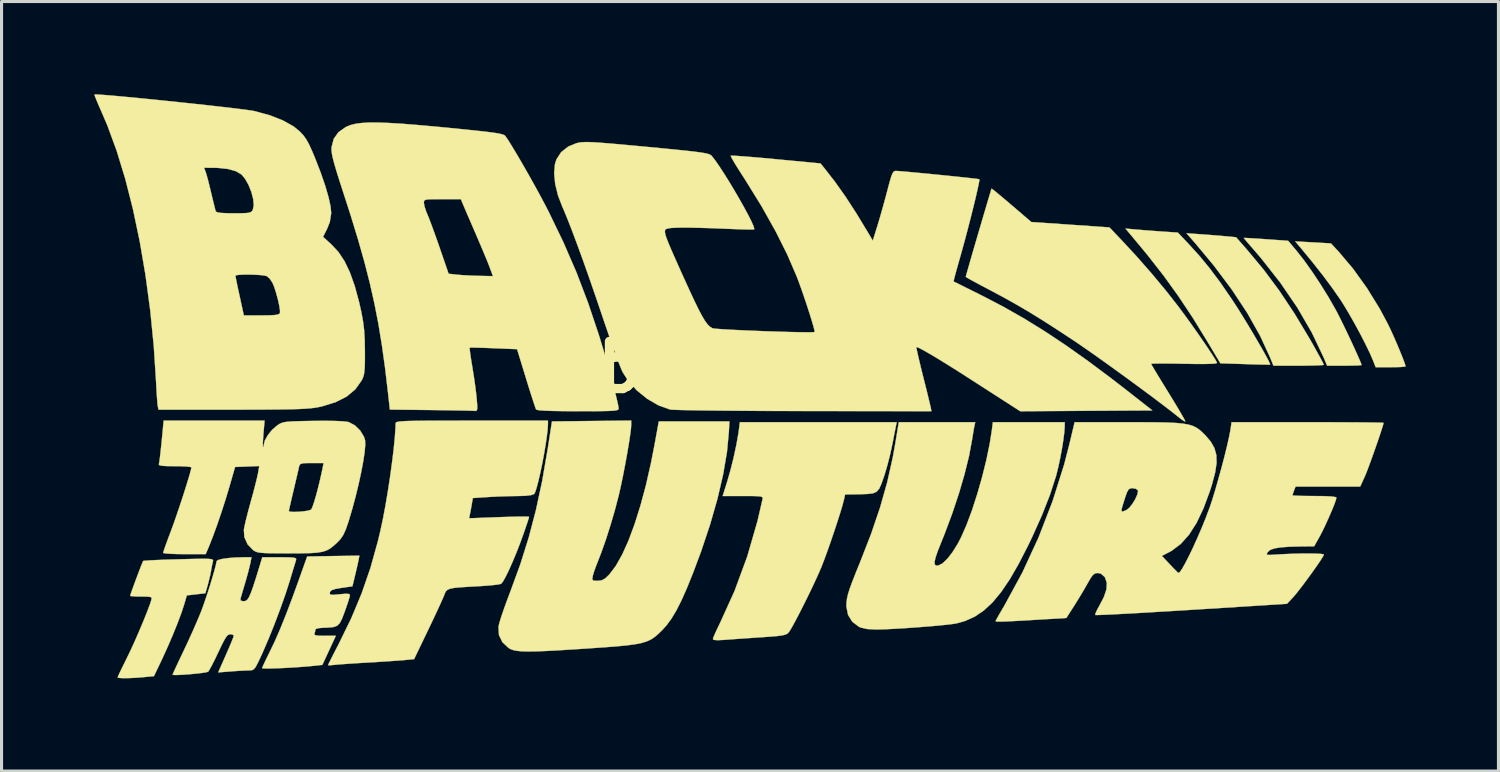
<source format=kicad_pcb>
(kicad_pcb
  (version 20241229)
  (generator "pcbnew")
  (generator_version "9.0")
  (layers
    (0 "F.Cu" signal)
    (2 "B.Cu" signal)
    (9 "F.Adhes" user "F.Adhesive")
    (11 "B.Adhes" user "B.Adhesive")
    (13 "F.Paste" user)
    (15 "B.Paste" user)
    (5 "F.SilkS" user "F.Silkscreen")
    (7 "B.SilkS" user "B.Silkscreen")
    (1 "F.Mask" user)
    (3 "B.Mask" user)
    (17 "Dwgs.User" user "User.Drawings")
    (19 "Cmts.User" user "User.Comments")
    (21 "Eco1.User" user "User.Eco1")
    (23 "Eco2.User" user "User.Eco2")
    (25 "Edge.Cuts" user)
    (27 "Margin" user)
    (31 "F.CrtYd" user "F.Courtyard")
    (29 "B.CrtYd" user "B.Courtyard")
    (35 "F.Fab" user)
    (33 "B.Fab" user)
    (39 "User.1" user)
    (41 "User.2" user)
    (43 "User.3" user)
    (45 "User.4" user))
  (footprint "bttf_silk"
    (layer "F.Cu")
    (at 20.87 8.827)
    (property "Reference" "bttf_silk" (at 0 0 0) (layer "F.SilkS") (effects (font (size 1.524 1.524) (thickness 0.3))))
    (attr through_hole)
    (fp_poly (pts (xy 14.936 -4.299) (xy 15.195 -4.28) (xy 15.46 -4.259) (xy 15.685 -4.239) (xy 15.738 -4.235) (xy 16.058 -4.204) (xy 16.399 -3.816) (xy 16.942 -3.165) (xy 17.454 -2.477) (xy 17.949 -1.733) (xy 18.442 -0.912) (xy 18.534 -0.751) (xy 18.662 -0.521) (xy 18.771 -0.323) (xy 18.851 -0.174) (xy 18.893 -0.09) (xy 18.898 -0.078) (xy 18.85 -0.069) (xy 18.717 -0.061) (xy 18.517 -0.055) (xy 18.266 -0.051) (xy 18.082 -0.051) (xy 17.266 -0.051) (xy 17.158 -0.318) (xy 16.833 -1.022) (xy 16.419 -1.756) (xy 15.919 -2.514) (xy 15.34 -3.287) (xy 14.733 -4.015) (xy 14.455 -4.333) (xy 14.936 -4.299)) (stroke (width 0.01) (type solid)) (fill yes) (layer "F.SilkS"))
    (fp_poly (pts (xy 18.548 -4.038) (xy 19.126 -4.005) (xy 19.37 -3.743) (xy 19.838 -3.19) (xy 20.288 -2.564) (xy 20.703 -1.892) (xy 20.961 -1.409) (xy 21.054 -1.218) (xy 21.157 -0.991) (xy 21.262 -0.75) (xy 21.361 -0.513) (xy 21.446 -0.303) (xy 21.508 -0.138) (xy 21.538 -0.04) (xy 21.539 -0.027) (xy 21.492 -0.016) (xy 21.365 -0.006) (xy 21.181 -0.001) (xy 21.056 0) (xy 20.573 0) (xy 20.489 -0.216) (xy 20.386 -0.454) (xy 20.241 -0.752) (xy 20.069 -1.087) (xy 19.881 -1.433) (xy 19.692 -1.764) (xy 19.515 -2.057) (xy 19.427 -2.194) (xy 19.174 -2.557) (xy 18.868 -2.968) (xy 18.525 -3.403) (xy 18.166 -3.839) (xy 18.135 -3.877) (xy 17.971 -4.07) (xy 18.548 -4.038)) (stroke (width 0.01) (type solid)) (fill yes) (layer "F.SilkS"))
    (fp_poly (pts (xy 12.832 -4.453) (xy 13.048 -4.435) (xy 13.318 -4.414) (xy 13.593 -4.394) (xy 13.678 -4.388) (xy 14.174 -4.355) (xy 14.526 -3.984) (xy 14.874 -3.6) (xy 15.207 -3.195) (xy 15.542 -2.748) (xy 15.896 -2.234) (xy 15.98 -2.108) (xy 16.123 -1.887) (xy 16.281 -1.633) (xy 16.447 -1.361) (xy 16.613 -1.084) (xy 16.77 -0.815) (xy 16.912 -0.57) (xy 17.029 -0.36) (xy 17.113 -0.201) (xy 17.157 -0.105) (xy 17.161 -0.084) (xy 17.107 -0.083) (xy 16.97 -0.085) (xy 16.766 -0.089) (xy 16.514 -0.096) (xy 16.347 -0.102) (xy 15.55 -0.127) (xy 15.126 -0.838) (xy 14.654 -1.605) (xy 14.189 -2.304) (xy 13.711 -2.967) (xy 13.197 -3.624) (xy 12.964 -3.906) (xy 12.481 -4.485) (xy 12.832 -4.453)) (stroke (width 0.01) (type solid)) (fill yes) (layer "F.SilkS"))
    (fp_poly (pts (xy 16.354 -4.182) (xy 16.485 -4.175) (xy 16.682 -4.163) (xy 16.925 -4.147) (xy 17.024 -4.14) (xy 17.742 -4.089) (xy 18.019 -3.759) (xy 18.257 -3.457) (xy 18.518 -3.09) (xy 18.786 -2.686) (xy 19.042 -2.274) (xy 19.267 -1.881) (xy 19.323 -1.778) (xy 19.417 -1.593) (xy 19.529 -1.365) (xy 19.651 -1.114) (xy 19.773 -0.855) (xy 19.888 -0.607) (xy 19.987 -0.387) (xy 20.064 -0.212) (xy 20.108 -0.101) (xy 20.117 -0.071) (xy 20.069 -0.063) (xy 19.941 -0.056) (xy 19.752 -0.052) (xy 19.559 -0.051) (xy 19.002 -0.051) (xy 18.89 -0.318) (xy 18.51 -1.116) (xy 18.04 -1.927) (xy 17.488 -2.736) (xy 16.861 -3.533) (xy 16.68 -3.744) (xy 16.531 -3.916) (xy 16.41 -4.056) (xy 16.331 -4.15) (xy 16.307 -4.182) (xy 16.354 -4.182)) (stroke (width 0.01) (type solid)) (fill yes) (layer "F.SilkS"))
    (fp_poly (pts (xy -12.329 6.26) (xy -12.359 6.398) (xy -12.403 6.59) (xy -12.442 6.756) (xy -12.522 7.086) (xy -12.877 7.137) (xy -13.072 7.171) (xy -13.186 7.207) (xy -13.24 7.253) (xy -13.251 7.284) (xy -13.252 7.334) (xy -13.219 7.358) (xy -13.129 7.361) (xy -12.963 7.346) (xy -12.934 7.343) (xy -12.748 7.327) (xy -12.644 7.332) (xy -12.604 7.358) (xy -12.601 7.375) (xy -12.619 7.45) (xy -12.664 7.595) (xy -12.729 7.786) (xy -12.769 7.899) (xy -12.855 8.127) (xy -12.93 8.275) (xy -13.019 8.362) (xy -13.145 8.406) (xy -13.331 8.422) (xy -13.475 8.427) (xy -13.615 8.439) (xy -13.702 8.464) (xy -13.716 8.479) (xy -13.733 8.565) (xy -13.747 8.606) (xy -13.749 8.649) (xy -13.704 8.673) (xy -13.593 8.684) (xy -13.419 8.687) (xy -13.059 8.687) (xy -13.494 9.627) (xy -13.796 9.66) (xy -14.011 9.68) (xy -14.262 9.699) (xy -14.529 9.716) (xy -14.793 9.73) (xy -15.036 9.739) (xy -15.237 9.744) (xy -15.379 9.743) (xy -15.442 9.735) (xy -15.443 9.733) (xy -15.422 9.677) (xy -15.364 9.551) (xy -15.28 9.376) (xy -15.215 9.245) (xy -15.04 8.882) (xy -14.861 8.472) (xy -14.671 8.002) (xy -14.465 7.459) (xy -14.275 6.934) (xy -13.985 6.121) (xy -13.141 6.107) (xy -12.296 6.094) (xy -12.329 6.26)) (stroke (width 0.01) (type solid)) (fill yes) (layer "F.SilkS"))
    (fp_poly (pts (xy -17.159 6.199) (xy -17.078 6.209) (xy -17.039 6.226) (xy -17.028 6.25) (xy -17.033 6.278) (xy -17.059 6.391) (xy -17.088 6.546) (xy -17.093 6.579) (xy -17.128 6.752) (xy -17.178 6.957) (xy -17.202 7.046) (xy -17.278 7.311) (xy -17.878 7.379) (xy -17.96 7.661) (xy -18.049 7.934) (xy -18.175 8.271) (xy -18.326 8.647) (xy -18.494 9.037) (xy -18.666 9.415) (xy -18.692 9.47) (xy -18.942 9.992) (xy -19.288 10.025) (xy -19.538 10.045) (xy -19.766 10.055) (xy -19.952 10.056) (xy -20.075 10.048) (xy -20.117 10.032) (xy -20.095 9.98) (xy -20.037 9.854) (xy -19.949 9.673) (xy -19.841 9.455) (xy -19.819 9.41) (xy -19.693 9.15) (xy -19.555 8.847) (xy -19.415 8.525) (xy -19.281 8.207) (xy -19.164 7.916) (xy -19.073 7.674) (xy -19.026 7.531) (xy -19.014 7.472) (xy -19.034 7.438) (xy -19.107 7.422) (xy -19.252 7.417) (xy -19.351 7.417) (xy -19.528 7.414) (xy -19.656 7.406) (xy -19.71 7.396) (xy -19.71 7.395) (xy -19.694 7.336) (xy -19.649 7.207) (xy -19.585 7.031) (xy -19.511 6.831) (xy -19.436 6.632) (xy -19.368 6.455) (xy -19.316 6.326) (xy -19.289 6.267) (xy -19.288 6.266) (xy -19.232 6.258) (xy -19.09 6.248) (xy -18.876 6.237) (xy -18.604 6.226) (xy -18.291 6.216) (xy -18.135 6.212) (xy -17.769 6.202) (xy -17.492 6.196) (xy -17.293 6.195) (xy -17.159 6.199)) (stroke (width 0.01) (type solid)) (fill yes) (layer "F.SilkS"))
    (fp_poly (pts (xy 5.058 1.892) (xy 5.039 1.988) (xy 5.005 2.157) (xy 4.963 2.374) (xy 4.927 2.555) (xy 4.863 2.847) (xy 4.781 3.166) (xy 4.695 3.459) (xy 4.658 3.571) (xy 4.582 3.784) (xy 4.515 3.93) (xy 4.436 4.023) (xy 4.325 4.075) (xy 4.162 4.098) (xy 3.926 4.107) (xy 3.801 4.109) (xy 3.412 4.115) (xy 3.376 4.28) (xy 3.334 4.443) (xy 3.264 4.679) (xy 3.172 4.968) (xy 3.067 5.288) (xy 2.955 5.618) (xy 2.844 5.935) (xy 2.74 6.219) (xy 2.651 6.449) (xy 2.636 6.486) (xy 2.537 6.713) (xy 2.414 6.981) (xy 2.275 7.274) (xy 2.128 7.573) (xy 1.982 7.863) (xy 1.846 8.126) (xy 1.728 8.346) (xy 1.637 8.504) (xy 1.586 8.579) (xy 1.543 8.619) (xy 1.478 8.649) (xy 1.377 8.673) (xy 1.223 8.694) (xy 0.999 8.713) (xy 0.691 8.735) (xy 0.686 8.735) (xy 0.374 8.756) (xy 0.064 8.777) (xy -0.213 8.797) (xy -0.43 8.813) (xy -0.495 8.818) (xy -0.71 8.829) (xy -0.83 8.819) (xy -0.864 8.792) (xy -0.842 8.725) (xy -0.784 8.59) (xy -0.699 8.41) (xy -0.641 8.292) (xy -0.164 7.24) (xy 0.246 6.127) (xy 0.58 4.974) (xy 0.74 4.28) (xy 0.747 4.233) (xy 0.734 4.201) (xy 0.685 4.181) (xy 0.586 4.171) (xy 0.419 4.166) (xy 0.169 4.166) (xy 0.108 4.166) (xy -0.547 4.166) (xy -0.402 3.704) (xy -0.294 3.328) (xy -0.191 2.915) (xy -0.103 2.505) (xy -0.038 2.138) (xy -0.025 2.045) (xy 0.01 1.778) (xy 5.082 1.778) (xy 5.058 1.892)) (stroke (width 0.01) (type solid)) (fill yes) (layer "F.SilkS"))
    (fp_poly (pts (xy 7.596 1.892) (xy 7.575 2) (xy 7.547 2.17) (xy 7.516 2.362) (xy 7.42 2.877) (xy 7.276 3.458) (xy 7.093 4.085) (xy 6.876 4.736) (xy 6.631 5.391) (xy 6.535 5.629) (xy 6.416 5.928) (xy 6.34 6.147) (xy 6.306 6.294) (xy 6.312 6.38) (xy 6.357 6.416) (xy 6.427 6.413) (xy 6.564 6.344) (xy 6.723 6.193) (xy 6.892 5.973) (xy 7.062 5.699) (xy 7.163 5.505) (xy 7.34 5.102) (xy 7.519 4.622) (xy 7.69 4.092) (xy 7.848 3.538) (xy 7.985 2.984) (xy 8.093 2.456) (xy 8.158 2.045) (xy 8.192 1.778) (xy 10.516 1.778) (xy 10.515 1.918) (xy 10.503 2.1) (xy 10.471 2.353) (xy 10.424 2.648) (xy 10.366 2.956) (xy 10.303 3.249) (xy 10.24 3.5) (xy 10.235 3.518) (xy 10.04 4.121) (xy 9.785 4.773) (xy 9.467 5.483) (xy 9.322 5.784) (xy 9.021 6.37) (xy 8.735 6.864) (xy 8.457 7.273) (xy 8.182 7.605) (xy 7.902 7.865) (xy 7.61 8.063) (xy 7.301 8.204) (xy 7.03 8.282) (xy 6.892 8.305) (xy 6.672 8.331) (xy 6.39 8.359) (xy 6.065 8.387) (xy 5.717 8.414) (xy 5.365 8.439) (xy 5.029 8.459) (xy 4.729 8.474) (xy 4.484 8.481) (xy 4.42 8.482) (xy 4.133 8.468) (xy 3.925 8.422) (xy 3.862 8.395) (xy 3.648 8.234) (xy 3.509 8.012) (xy 3.455 7.746) (xy 3.454 7.722) (xy 3.459 7.599) (xy 3.476 7.472) (xy 3.51 7.328) (xy 3.567 7.15) (xy 3.65 6.923) (xy 3.764 6.633) (xy 3.9 6.299) (xy 4.253 5.393) (xy 4.543 4.54) (xy 4.775 3.72) (xy 4.956 2.912) (xy 5.035 2.473) (xy 5.149 1.778) (xy 7.622 1.778) (xy 7.596 1.892)) (stroke (width 0.01) (type solid)) (fill yes) (layer "F.SilkS"))
    (fp_poly (pts (xy 8.189 -5.75) (xy 8.293 -5.667) (xy 8.448 -5.538) (xy 8.641 -5.376) (xy 8.798 -5.242) (xy 9.436 -4.696) (xy 11.963 -4.522) (xy 12.386 -4.077) (xy 12.859 -3.565) (xy 13.331 -3.027) (xy 13.777 -2.491) (xy 14.172 -1.989) (xy 14.191 -1.963) (xy 14.379 -1.71) (xy 14.576 -1.439) (xy 14.772 -1.162) (xy 14.959 -0.894) (xy 15.128 -0.646) (xy 15.269 -0.433) (xy 15.374 -0.268) (xy 15.433 -0.164) (xy 15.443 -0.137) (xy 15.394 -0.121) (xy 15.249 -0.11) (xy 15.017 -0.105) (xy 14.705 -0.106) (xy 14.376 -0.112) (xy 14.06 -0.118) (xy 13.78 -0.121) (xy 13.553 -0.121) (xy 13.393 -0.118) (xy 13.315 -0.112) (xy 13.31 -0.11) (xy 13.335 -0.061) (xy 13.407 0.061) (xy 13.516 0.243) (xy 13.656 0.472) (xy 13.818 0.735) (xy 13.873 0.825) (xy 14.039 1.096) (xy 14.184 1.336) (xy 14.3 1.534) (xy 14.38 1.676) (xy 14.416 1.748) (xy 14.416 1.755) (xy 14.369 1.738) (xy 14.273 1.672) (xy 14.221 1.632) (xy 14.004 1.458) (xy 13.718 1.239) (xy 13.38 0.983) (xy 13.004 0.704) (xy 12.606 0.411) (xy 12.201 0.117) (xy 11.804 -0.169) (xy 11.43 -0.434) (xy 11.096 -0.667) (xy 10.816 -0.858) (xy 10.784 -0.879) (xy 10.261 -1.222) (xy 9.8 -1.518) (xy 9.379 -1.778) (xy 8.978 -2.014) (xy 8.576 -2.239) (xy 8.154 -2.466) (xy 8.039 -2.526) (xy 7.795 -2.655) (xy 7.586 -2.767) (xy 7.427 -2.855) (xy 7.334 -2.911) (xy 7.315 -2.925) (xy 7.329 -2.977) (xy 7.367 -3.112) (xy 7.425 -3.314) (xy 7.498 -3.569) (xy 7.583 -3.861) (xy 7.675 -4.176) (xy 7.77 -4.5) (xy 7.863 -4.816) (xy 7.95 -5.111) (xy 8.026 -5.369) (xy 8.088 -5.576) (xy 8.13 -5.717) (xy 8.149 -5.776) (xy 8.15 -5.777) (xy 8.189 -5.75)) (stroke (width 0.01) (type solid)) (fill yes) (layer "F.SilkS"))
    (fp_poly (pts (xy -3.505 1.875) (xy -3.515 2.009) (xy -3.544 2.224) (xy -3.586 2.498) (xy -3.64 2.813) (xy -3.701 3.149) (xy -3.766 3.486) (xy -3.832 3.805) (xy -3.895 4.086) (xy -3.909 4.145) (xy -4.032 4.617) (xy -4.175 5.106) (xy -4.326 5.58) (xy -4.477 6.006) (xy -4.568 6.239) (xy -4.645 6.436) (xy -4.71 6.618) (xy -4.748 6.747) (xy -4.748 6.75) (xy -4.765 6.854) (xy -4.737 6.898) (xy -4.638 6.909) (xy -4.594 6.909) (xy -4.465 6.894) (xy -4.356 6.838) (xy -4.23 6.72) (xy -4.211 6.7) (xy -4.004 6.427) (xy -3.797 6.06) (xy -3.593 5.608) (xy -3.396 5.078) (xy -3.207 4.478) (xy -3.029 3.817) (xy -2.867 3.103) (xy -2.752 2.515) (xy -2.613 1.753) (xy -0.33 1.753) (xy -0.346 2.083) (xy -0.407 2.735) (xy -0.53 3.458) (xy -0.712 4.242) (xy -0.951 5.078) (xy -1.245 5.958) (xy -1.496 6.629) (xy -1.693 7.119) (xy -1.871 7.522) (xy -2.037 7.853) (xy -2.198 8.123) (xy -2.36 8.344) (xy -2.512 8.512) (xy -2.633 8.629) (xy -2.747 8.725) (xy -2.866 8.804) (xy -3.002 8.867) (xy -3.167 8.918) (xy -3.373 8.959) (xy -3.631 8.994) (xy -3.954 9.026) (xy -4.354 9.057) (xy -4.843 9.091) (xy -4.877 9.094) (xy -5.437 9.13) (xy -5.906 9.159) (xy -6.292 9.179) (xy -6.605 9.19) (xy -6.854 9.193) (xy -7.049 9.188) (xy -7.199 9.173) (xy -7.314 9.151) (xy -7.402 9.119) (xy -7.473 9.079) (xy -7.672 8.892) (xy -7.782 8.662) (xy -7.798 8.399) (xy -7.795 8.382) (xy -7.767 8.262) (xy -7.707 8.067) (xy -7.622 7.818) (xy -7.519 7.533) (xy -7.412 7.25) (xy -7.092 6.375) (xy -6.819 5.506) (xy -6.586 4.618) (xy -6.385 3.683) (xy -6.211 2.676) (xy -6.201 2.616) (xy -6.068 1.753) (xy -4.787 1.739) (xy -3.505 1.725) (xy -3.505 1.875)) (stroke (width 0.01) (type solid)) (fill yes) (layer "F.SilkS"))
    (fp_poly (pts (xy -15.822 6.331) (xy -15.853 6.465) (xy -15.903 6.661) (xy -15.965 6.882) (xy -15.986 6.953) (xy -16.047 7.16) (xy -16.099 7.337) (xy -16.133 7.455) (xy -16.141 7.48) (xy -16.136 7.547) (xy -16.055 7.569) (xy -16.037 7.569) (xy -15.976 7.558) (xy -15.921 7.518) (xy -15.866 7.435) (xy -15.805 7.298) (xy -15.732 7.095) (xy -15.641 6.814) (xy -15.573 6.591) (xy -15.437 6.147) (xy -14.878 6.147) (xy -14.633 6.148) (xy -14.474 6.154) (xy -14.384 6.167) (xy -14.345 6.19) (xy -14.343 6.226) (xy -14.346 6.236) (xy -14.37 6.317) (xy -14.418 6.474) (xy -14.481 6.682) (xy -14.552 6.921) (xy -14.553 6.921) (xy -14.687 7.339) (xy -14.855 7.812) (xy -15.042 8.308) (xy -15.237 8.792) (xy -15.426 9.231) (xy -15.485 9.36) (xy -15.582 9.565) (xy -15.652 9.695) (xy -15.709 9.767) (xy -15.769 9.798) (xy -15.845 9.805) (xy -15.859 9.805) (xy -15.991 9.809) (xy -16.185 9.819) (xy -16.405 9.834) (xy -16.445 9.838) (xy -16.863 9.87) (xy -16.61 9.298) (xy -16.513 9.075) (xy -16.433 8.885) (xy -16.379 8.748) (xy -16.358 8.682) (xy -16.358 8.681) (xy -16.401 8.646) (xy -16.473 8.636) (xy -16.528 8.649) (xy -16.584 8.696) (xy -16.649 8.793) (xy -16.734 8.954) (xy -16.848 9.193) (xy -16.861 9.219) (xy -16.968 9.445) (xy -17.065 9.637) (xy -17.142 9.777) (xy -17.187 9.846) (xy -17.189 9.848) (xy -17.255 9.867) (xy -17.391 9.888) (xy -17.574 9.909) (xy -17.78 9.929) (xy -17.983 9.944) (xy -18.161 9.953) (xy -18.287 9.954) (xy -18.339 9.945) (xy -18.339 9.944) (xy -18.318 9.893) (xy -18.26 9.766) (xy -18.173 9.578) (xy -18.062 9.345) (xy -17.964 9.139) (xy -17.821 8.834) (xy -17.678 8.517) (xy -17.547 8.217) (xy -17.441 7.965) (xy -17.404 7.871) (xy -17.324 7.651) (xy -17.237 7.396) (xy -17.149 7.125) (xy -17.068 6.86) (xy -16.998 6.62) (xy -16.946 6.427) (xy -16.919 6.301) (xy -16.916 6.274) (xy -16.869 6.236) (xy -16.738 6.201) (xy -16.544 6.173) (xy -16.305 6.154) (xy -16.04 6.147) (xy -15.787 6.147) (xy -15.822 6.331)) (stroke (width 0.01) (type solid)) (fill yes) (layer "F.SilkS"))
    (fp_poly (pts (xy -6.198 1.841) (xy -6.208 2.016) (xy -6.236 2.25) (xy -6.277 2.526) (xy -6.328 2.826) (xy -6.386 3.131) (xy -6.447 3.423) (xy -6.508 3.684) (xy -6.564 3.897) (xy -6.612 4.043) (xy -6.646 4.102) (xy -6.745 4.137) (xy -6.933 4.159) (xy -7.185 4.166) (xy -7.462 4.17) (xy -7.78 4.18) (xy -8.079 4.195) (xy -8.136 4.199) (xy -8.627 4.231) (xy -8.659 4.414) (xy -8.689 4.584) (xy -8.719 4.74) (xy -8.719 4.742) (xy -8.748 4.886) (xy -7.777 4.849) (xy -7.476 4.839) (xy -7.213 4.833) (xy -7.004 4.83) (xy -6.863 4.832) (xy -6.808 4.839) (xy -6.807 4.839) (xy -6.823 4.896) (xy -6.865 5.027) (xy -6.928 5.212) (xy -6.987 5.383) (xy -7.103 5.702) (xy -7.226 6.018) (xy -7.35 6.314) (xy -7.468 6.577) (xy -7.573 6.79) (xy -7.657 6.938) (xy -7.715 7.005) (xy -7.715 7.006) (xy -7.796 7.025) (xy -7.955 7.045) (xy -8.171 7.065) (xy -8.42 7.082) (xy -8.433 7.082) (xy -8.782 7.102) (xy -9.044 7.119) (xy -9.232 7.138) (xy -9.361 7.163) (xy -9.443 7.197) (xy -9.494 7.242) (xy -9.528 7.303) (xy -9.548 7.358) (xy -9.59 7.46) (xy -9.669 7.636) (xy -9.776 7.869) (xy -9.904 8.142) (xy -10.045 8.438) (xy -10.071 8.492) (xy -10.527 9.44) (xy -10.814 9.469) (xy -10.96 9.482) (xy -11.184 9.498) (xy -11.463 9.517) (xy -11.773 9.537) (xy -12.014 9.551) (xy -12.323 9.569) (xy -12.61 9.588) (xy -12.854 9.605) (xy -13.034 9.619) (xy -13.119 9.628) (xy -13.241 9.64) (xy -13.306 9.637) (xy -13.31 9.634) (xy -13.287 9.584) (xy -13.226 9.461) (xy -13.135 9.28) (xy -13.02 9.057) (xy -12.957 8.935) (xy -12.556 8.112) (xy -12.221 7.309) (xy -11.939 6.492) (xy -11.697 5.624) (xy -11.614 5.274) (xy -11.534 4.901) (xy -11.454 4.476) (xy -11.377 4.02) (xy -11.305 3.552) (xy -11.242 3.092) (xy -11.189 2.661) (xy -11.151 2.278) (xy -11.129 1.962) (xy -11.125 1.816) (xy -11.12 1.796) (xy -11.1 1.779) (xy -11.056 1.765) (xy -10.979 1.754) (xy -10.862 1.745) (xy -10.696 1.738) (xy -10.473 1.734) (xy -10.184 1.73) (xy -9.821 1.728) (xy -9.376 1.728) (xy -8.84 1.727) (xy -8.661 1.727) (xy -6.198 1.727) (xy -6.198 1.841)) (stroke (width 0.01) (type solid)) (fill yes) (layer "F.SilkS"))
    (fp_poly (pts (xy -11.352 -7.901) (xy -10.931 -7.876) (xy -10.431 -7.836) (xy -9.844 -7.784) (xy -9.5 -7.751) (xy -9.008 -7.702) (xy -8.607 -7.661) (xy -8.289 -7.627) (xy -8.044 -7.597) (xy -7.861 -7.571) (xy -7.733 -7.547) (xy -7.648 -7.523) (xy -7.598 -7.5) (xy -7.578 -7.481) (xy -7.487 -7.349) (xy -7.359 -7.143) (xy -7.201 -6.88) (xy -7.023 -6.576) (xy -6.835 -6.247) (xy -6.646 -5.91) (xy -6.465 -5.58) (xy -6.302 -5.274) (xy -6.175 -5.029) (xy -5.696 -4.036) (xy -5.277 -3.07) (xy -4.904 -2.093) (xy -4.558 -1.064) (xy -4.504 -0.889) (xy -4.406 -0.567) (xy -4.307 -0.225) (xy -4.211 0.119) (xy -4.121 0.449) (xy -4.042 0.751) (xy -3.978 1.007) (xy -3.933 1.201) (xy -3.913 1.319) (xy -3.912 1.333) (xy -3.918 1.361) (xy -3.944 1.381) (xy -4.002 1.397) (xy -4.103 1.408) (xy -4.258 1.415) (xy -4.479 1.42) (xy -4.776 1.422) (xy -5.163 1.422) (xy -5.229 1.422) (xy -5.695 1.42) (xy -6.06 1.414) (xy -6.328 1.404) (xy -6.5 1.39) (xy -6.577 1.371) (xy -6.581 1.367) (xy -6.606 1.304) (xy -6.655 1.158) (xy -6.723 0.948) (xy -6.806 0.688) (xy -6.897 0.394) (xy -6.906 0.364) (xy -7.197 -0.584) (xy -7.954 -0.615) (xy -8.22 -0.625) (xy -8.448 -0.632) (xy -8.619 -0.635) (xy -8.716 -0.634) (xy -8.73 -0.631) (xy -8.729 -0.579) (xy -8.712 -0.445) (xy -8.684 -0.251) (xy -8.645 -0.015) (xy -8.641 0.009) (xy -8.595 0.297) (xy -8.552 0.594) (xy -8.519 0.86) (xy -8.502 1.029) (xy -8.486 1.226) (xy -8.484 1.342) (xy -8.5 1.398) (xy -8.538 1.414) (xy -8.59 1.411) (xy -8.673 1.407) (xy -8.842 1.402) (xy -9.083 1.398) (xy -9.38 1.393) (xy -9.717 1.388) (xy -10.012 1.384) (xy -11.311 1.37) (xy -11.374 0.799) (xy -11.467 0.015) (xy -11.568 -0.709) (xy -11.68 -1.393) (xy -11.809 -2.056) (xy -11.958 -2.717) (xy -12.131 -3.396) (xy -12.334 -4.112) (xy -12.57 -4.885) (xy -12.708 -5.315) (xy -10.211 -5.315) (xy -10.19 -5.2) (xy -10.138 -5.04) (xy -10.099 -4.947) (xy -10.045 -4.815) (xy -9.967 -4.609) (xy -9.872 -4.351) (xy -9.77 -4.064) (xy -9.699 -3.861) (xy -9.411 -3.023) (xy -9.138 -2.993) (xy -8.953 -2.978) (xy -8.714 -2.964) (xy -8.465 -2.956) (xy -8.421 -2.955) (xy -7.977 -2.946) (xy -8.085 -3.239) (xy -8.142 -3.385) (xy -8.231 -3.601) (xy -8.341 -3.864) (xy -8.464 -4.152) (xy -8.546 -4.343) (xy -8.666 -4.62) (xy -8.775 -4.872) (xy -8.866 -5.083) (xy -8.93 -5.234) (xy -8.957 -5.296) (xy -9.014 -5.436) (xy -9.612 -5.436) (xy -9.866 -5.435) (xy -10.036 -5.431) (xy -10.138 -5.42) (xy -10.19 -5.398) (xy -10.208 -5.363) (xy -10.211 -5.315) (xy -12.708 -5.315) (xy -12.804 -5.611) (xy -12.934 -6.013) (xy -13.034 -6.331) (xy -13.107 -6.578) (xy -13.157 -6.768) (xy -13.186 -6.911) (xy -13.198 -7.022) (xy -13.197 -7.112) (xy -13.196 -7.116) (xy -13.127 -7.385) (xy -12.975 -7.601) (xy -12.735 -7.769) (xy -12.712 -7.78) (xy -12.581 -7.833) (xy -12.423 -7.873) (xy -12.23 -7.899) (xy -11.993 -7.913) (xy -11.703 -7.914) (xy -11.352 -7.901)) (stroke (width 0.01) (type solid)) (fill yes) (layer "F.SilkS"))
    (fp_poly (pts (xy -15.399 2.146) (xy -15.413 2.341) (xy -15.42 2.493) (xy -15.417 2.578) (xy -15.414 2.586) (xy -15.396 2.564) (xy -15.392 2.517) (xy -15.355 2.371) (xy -15.257 2.196) (xy -15.12 2.025) (xy -14.969 1.893) (xy -14.896 1.844) (xy -14.828 1.808) (xy -14.748 1.782) (xy -14.64 1.765) (xy -14.487 1.753) (xy -14.274 1.745) (xy -13.984 1.739) (xy -13.797 1.736) (xy -13.415 1.733) (xy -13.093 1.737) (xy -12.845 1.748) (xy -12.68 1.766) (xy -12.641 1.775) (xy -12.445 1.878) (xy -12.27 2.048) (xy -12.147 2.251) (xy -12.112 2.363) (xy -12.107 2.517) (xy -12.128 2.752) (xy -12.173 3.052) (xy -12.239 3.401) (xy -12.322 3.783) (xy -12.419 4.183) (xy -12.527 4.584) (xy -12.642 4.97) (xy -12.653 5.005) (xy -12.739 5.254) (xy -12.821 5.431) (xy -12.913 5.564) (xy -12.991 5.647) (xy -13.119 5.766) (xy -13.234 5.857) (xy -13.351 5.923) (xy -13.488 5.968) (xy -13.66 5.997) (xy -13.884 6.012) (xy -14.177 6.018) (xy -14.554 6.02) (xy -14.563 6.02) (xy -14.913 6.019) (xy -15.177 6.016) (xy -15.369 6.01) (xy -15.504 5.999) (xy -15.598 5.982) (xy -15.665 5.957) (xy -15.72 5.923) (xy -15.732 5.915) (xy -15.913 5.727) (xy -16.017 5.496) (xy -16.033 5.258) (xy -16.01 5.135) (xy -15.965 4.939) (xy -15.903 4.694) (xy -15.892 4.652) (xy -14.58 4.652) (xy -14.534 4.673) (xy -14.419 4.68) (xy -14.265 4.675) (xy -14.101 4.661) (xy -13.959 4.639) (xy -13.868 4.611) (xy -13.856 4.603) (xy -13.818 4.528) (xy -13.764 4.372) (xy -13.7 4.156) (xy -13.632 3.899) (xy -13.564 3.62) (xy -13.502 3.339) (xy -13.487 3.264) (xy -13.454 3.099) (xy -13.838 3.099) (xy -14.034 3.101) (xy -14.151 3.112) (xy -14.212 3.138) (xy -14.24 3.186) (xy -14.247 3.213) (xy -14.267 3.304) (xy -14.306 3.472) (xy -14.358 3.692) (xy -14.417 3.944) (xy -14.425 3.979) (xy -14.483 4.222) (xy -14.53 4.427) (xy -14.564 4.576) (xy -14.579 4.648) (xy -14.58 4.652) (xy -15.892 4.652) (xy -15.83 4.424) (xy -15.808 4.343) (xy -15.732 4.069) (xy -15.665 3.811) (xy -15.611 3.593) (xy -15.577 3.442) (xy -15.572 3.414) (xy -15.535 3.196) (xy -15.926 3.211) (xy -16.317 3.226) (xy -16.507 3.886) (xy -16.628 4.286) (xy -16.763 4.705) (xy -16.903 5.114) (xy -17.039 5.486) (xy -17.16 5.792) (xy -17.174 5.826) (xy -17.268 6.045) (xy -17.956 6.045) (xy -18.207 6.042) (xy -18.417 6.034) (xy -18.567 6.022) (xy -18.64 6.007) (xy -18.644 6.002) (xy -18.626 5.941) (xy -18.579 5.804) (xy -18.508 5.609) (xy -18.421 5.376) (xy -18.393 5.301) (xy -18.311 5.08) (xy -18.219 4.816) (xy -18.121 4.527) (xy -18.022 4.229) (xy -17.93 3.942) (xy -17.849 3.681) (xy -17.784 3.464) (xy -17.743 3.31) (xy -17.729 3.239) (xy -17.777 3.223) (xy -17.905 3.21) (xy -18.092 3.202) (xy -18.268 3.2) (xy -18.514 3.198) (xy -18.673 3.189) (xy -18.758 3.172) (xy -18.783 3.145) (xy -18.781 3.133) (xy -18.767 3.06) (xy -18.746 2.906) (xy -18.722 2.694) (xy -18.696 2.444) (xy -18.691 2.397) (xy -18.627 1.727) (xy -15.363 1.727) (xy -15.399 2.146)) (stroke (width 0.01) (type solid)) (fill yes) (layer "F.SilkS"))
    (fp_poly (pts (xy -20.663 -8.814) (xy -20.439 -8.797) (xy -20.15 -8.772) (xy -19.806 -8.74) (xy -19.419 -8.703) (xy -19.001 -8.662) (xy -18.564 -8.617) (xy -18.119 -8.571) (xy -17.677 -8.524) (xy -17.251 -8.478) (xy -16.852 -8.433) (xy -16.492 -8.392) (xy -16.182 -8.354) (xy -15.933 -8.322) (xy -15.759 -8.297) (xy -15.685 -8.283) (xy -15.19 -8.147) (xy -14.767 -7.98) (xy -14.426 -7.789) (xy -14.223 -7.624) (xy -14.113 -7.506) (xy -14.018 -7.375) (xy -13.926 -7.209) (xy -13.824 -6.987) (xy -13.727 -6.755) (xy -13.545 -6.286) (xy -13.399 -5.86) (xy -13.292 -5.491) (xy -13.227 -5.188) (xy -13.208 -4.983) (xy -13.252 -4.699) (xy -13.339 -4.481) (xy -13.471 -4.217) (xy -13.196 -3.965) (xy -12.972 -3.724) (xy -12.776 -3.428) (xy -12.603 -3.067) (xy -12.448 -2.632) (xy -12.307 -2.111) (xy -12.234 -1.787) (xy -12.179 -1.489) (xy -12.143 -1.2) (xy -12.124 -0.882) (xy -12.118 -0.508) (xy -12.118 -0.212) (xy -12.124 0.003) (xy -12.136 0.156) (xy -12.157 0.269) (xy -12.191 0.362) (xy -12.226 0.432) (xy -12.43 0.717) (xy -12.709 0.949) (xy -13.067 1.131) (xy -13.51 1.267) (xy -13.625 1.292) (xy -13.736 1.311) (xy -13.868 1.327) (xy -14.03 1.34) (xy -14.233 1.351) (xy -14.485 1.359) (xy -14.798 1.364) (xy -15.179 1.368) (xy -15.639 1.371) (xy -16.188 1.372) (xy -16.405 1.372) (xy -18.794 1.372) (xy -18.817 1.257) (xy -18.829 1.164) (xy -18.842 0.993) (xy -18.857 0.768) (xy -18.87 0.515) (xy -18.87 0.508) (xy -18.946 -0.675) (xy -19.061 -1.838) (xy -19.212 -2.96) (xy -16.307 -2.96) (xy -16.296 -2.899) (xy -16.268 -2.759) (xy -16.227 -2.56) (xy -16.175 -2.323) (xy -16.17 -2.3) (xy -16.034 -1.676) (xy -15.464 -1.676) (xy -15.206 -1.679) (xy -15.033 -1.688) (xy -14.929 -1.706) (xy -14.877 -1.734) (xy -14.866 -1.752) (xy -14.864 -1.84) (xy -14.889 -1.996) (xy -14.932 -2.192) (xy -14.988 -2.398) (xy -15.048 -2.588) (xy -15.107 -2.731) (xy -15.111 -2.739) (xy -15.195 -2.862) (xy -15.286 -2.944) (xy -15.288 -2.945) (xy -15.373 -2.966) (xy -15.522 -2.983) (xy -15.707 -2.993) (xy -15.904 -2.997) (xy -16.086 -2.994) (xy -16.227 -2.984) (xy -16.301 -2.967) (xy -16.307 -2.96) (xy -19.212 -2.96) (xy -19.213 -2.972) (xy -19.4 -4.066) (xy -19.619 -5.109) (xy -19.868 -6.09) (xy -19.979 -6.452) (xy -17.32 -6.452) (xy -17.269 -6.317) (xy -17.236 -6.212) (xy -17.188 -6.035) (xy -17.133 -5.814) (xy -17.092 -5.643) (xy -17.038 -5.418) (xy -16.991 -5.226) (xy -16.957 -5.092) (xy -16.943 -5.042) (xy -16.896 -5.011) (xy -16.776 -4.991) (xy -16.572 -4.981) (xy -16.361 -4.978) (xy -16.114 -4.98) (xy -15.95 -4.986) (xy -15.848 -5.002) (xy -15.789 -5.029) (xy -15.753 -5.071) (xy -15.745 -5.086) (xy -15.713 -5.235) (xy -15.731 -5.439) (xy -15.791 -5.671) (xy -15.884 -5.902) (xy -16.001 -6.105) (xy -16.11 -6.233) (xy -16.29 -6.34) (xy -16.552 -6.412) (xy -16.883 -6.448) (xy -17.004 -6.45) (xy -17.32 -6.452) (xy -19.979 -6.452) (xy -20.146 -6.999) (xy -20.45 -7.826) (xy -20.626 -8.236) (xy -20.722 -8.455) (xy -20.799 -8.637) (xy -20.85 -8.764) (xy -20.865 -8.819) (xy -20.865 -8.819) (xy -20.808 -8.822) (xy -20.663 -8.814)) (stroke (width 0.01) (type solid)) (fill yes) (layer "F.SilkS"))
    (fp_poly (pts (xy 13.066 1.779) (xy 13.494 1.782) (xy 13.844 1.789) (xy 14.124 1.803) (xy 14.347 1.825) (xy 14.524 1.857) (xy 14.665 1.901) (xy 14.782 1.959) (xy 14.885 2.032) (xy 14.985 2.123) (xy 15.068 2.206) (xy 15.241 2.41) (xy 15.358 2.616) (xy 15.42 2.84) (xy 15.427 3.098) (xy 15.381 3.405) (xy 15.283 3.777) (xy 15.208 4.013) (xy 15 4.574) (xy 14.777 5.04) (xy 14.535 5.418) (xy 14.27 5.714) (xy 13.977 5.935) (xy 13.874 5.991) (xy 13.657 6.102) (xy 13.906 6.366) (xy 14.034 6.5) (xy 14.136 6.603) (xy 14.191 6.654) (xy 14.192 6.655) (xy 14.236 6.628) (xy 14.312 6.52) (xy 14.412 6.343) (xy 14.531 6.112) (xy 14.663 5.838) (xy 14.8 5.535) (xy 14.938 5.216) (xy 15.069 4.895) (xy 15.187 4.583) (xy 15.201 4.547) (xy 15.284 4.299) (xy 15.379 3.989) (xy 15.48 3.638) (xy 15.582 3.269) (xy 15.678 2.904) (xy 15.762 2.564) (xy 15.828 2.273) (xy 15.871 2.052) (xy 15.877 2.019) (xy 15.912 1.778) (xy 18.37 1.778) (xy 18.859 1.778) (xy 19.315 1.78) (xy 19.73 1.782) (xy 20.092 1.784) (xy 20.393 1.787) (xy 20.622 1.791) (xy 20.771 1.795) (xy 20.828 1.799) (xy 20.828 1.799) (xy 20.811 1.87) (xy 20.766 2.016) (xy 20.7 2.219) (xy 20.618 2.458) (xy 20.528 2.715) (xy 20.437 2.969) (xy 20.352 3.202) (xy 20.279 3.394) (xy 20.225 3.525) (xy 20.222 3.531) (xy 20.072 3.861) (xy 17.981 3.861) (xy 17.931 3.991) (xy 17.895 4.094) (xy 17.882 4.144) (xy 17.929 4.151) (xy 18.061 4.158) (xy 18.257 4.163) (xy 18.501 4.165) (xy 18.593 4.166) (xy 18.913 4.169) (xy 19.14 4.181) (xy 19.271 4.199) (xy 19.304 4.219) (xy 19.283 4.302) (xy 19.228 4.455) (xy 19.146 4.654) (xy 19.049 4.878) (xy 18.946 5.105) (xy 18.846 5.313) (xy 18.761 5.474) (xy 18.584 5.791) (xy 18.144 5.796) (xy 17.773 5.806) (xy 17.493 5.827) (xy 17.292 5.861) (xy 17.16 5.91) (xy 17.086 5.974) (xy 17.049 6.038) (xy 17.063 6.067) (xy 17.147 6.071) (xy 17.258 6.065) (xy 17.559 6.047) (xy 17.865 6.034) (xy 18.16 6.027) (xy 18.427 6.025) (xy 18.649 6.029) (xy 18.809 6.038) (xy 18.891 6.052) (xy 18.898 6.059) (xy 18.869 6.121) (xy 18.79 6.247) (xy 18.673 6.419) (xy 18.531 6.621) (xy 18.375 6.835) (xy 18.219 7.045) (xy 18.074 7.233) (xy 17.953 7.383) (xy 17.887 7.457) (xy 17.704 7.652) (xy 14.616 7.846) (xy 14.066 7.88) (xy 13.546 7.911) (xy 13.066 7.94) (xy 12.634 7.964) (xy 12.259 7.984) (xy 11.949 8) (xy 11.714 8.01) (xy 11.562 8.015) (xy 11.503 8.014) (xy 11.502 8.014) (xy 11.512 7.96) (xy 11.563 7.847) (xy 11.622 7.74) (xy 11.782 7.434) (xy 11.867 7.182) (xy 11.878 6.974) (xy 11.818 6.8) (xy 11.805 6.78) (xy 11.684 6.674) (xy 11.581 6.655) (xy 11.501 6.667) (xy 11.432 6.714) (xy 11.356 6.816) (xy 11.255 6.991) (xy 11.253 6.994) (xy 11.132 7.206) (xy 10.984 7.453) (xy 10.838 7.689) (xy 10.817 7.722) (xy 10.568 8.11) (xy 9.564 8.17) (xy 9.162 8.194) (xy 8.851 8.211) (xy 8.62 8.222) (xy 8.459 8.227) (xy 8.355 8.227) (xy 8.299 8.222) (xy 8.281 8.212) (xy 8.28 8.21) (xy 8.305 8.161) (xy 8.37 8.043) (xy 8.467 7.876) (xy 8.562 7.714) (xy 9.145 6.643) (xy 9.669 5.508) (xy 10.021 4.598) (xy 12.354 4.598) (xy 12.354 4.659) (xy 12.392 4.667) (xy 12.47 4.637) (xy 12.515 4.617) (xy 12.608 4.542) (xy 12.71 4.412) (xy 12.802 4.258) (xy 12.867 4.111) (xy 12.888 4.002) (xy 12.884 3.985) (xy 12.818 3.932) (xy 12.712 3.912) (xy 12.634 3.919) (xy 12.579 3.957) (xy 12.53 4.045) (xy 12.473 4.204) (xy 12.456 4.258) (xy 12.389 4.469) (xy 12.354 4.598) (xy 10.021 4.598) (xy 10.123 4.334) (xy 10.498 3.145) (xy 10.67 2.477) (xy 10.836 1.778) (xy 12.546 1.778) (xy 13.066 1.779)) (stroke (width 0.01) (type solid)) (fill yes) (layer "F.SilkS"))
    (fp_poly (pts (xy -4.882 -7.282) (xy -4.712 -7.275) (xy -4.491 -7.26) (xy -4.21 -7.238) (xy -3.858 -7.207) (xy -3.423 -7.167) (xy -2.997 -7.127) (xy -2.49 -7.079) (xy -2.074 -7.038) (xy -1.741 -7.004) (xy -1.48 -6.975) (xy -1.281 -6.949) (xy -1.136 -6.926) (xy -1.035 -6.904) (xy -0.967 -6.881) (xy -0.925 -6.857) (xy -0.901 -6.834) (xy -0.792 -6.695) (xy -0.657 -6.501) (xy -0.503 -6.265) (xy -0.337 -6) (xy -0.169 -5.72) (xy -0.005 -5.438) (xy 0.147 -5.168) (xy 0.279 -4.923) (xy 0.383 -4.717) (xy 0.451 -4.563) (xy 0.476 -4.474) (xy 0.471 -4.459) (xy 0.409 -4.455) (xy 0.264 -4.455) (xy 0.054 -4.46) (xy -0.204 -4.469) (xy -0.381 -4.476) (xy -0.926 -4.498) (xy -1.376 -4.511) (xy -1.737 -4.517) (xy -2.013 -4.514) (xy -2.212 -4.504) (xy -2.339 -4.484) (xy -2.399 -4.457) (xy -2.405 -4.448) (xy -2.415 -4.406) (xy -2.413 -4.35) (xy -2.395 -4.27) (xy -2.356 -4.156) (xy -2.293 -3.997) (xy -2.202 -3.782) (xy -2.078 -3.501) (xy -1.919 -3.145) (xy -1.818 -2.921) (xy -1.619 -2.485) (xy -1.455 -2.133) (xy -1.319 -1.856) (xy -1.207 -1.645) (xy -1.113 -1.489) (xy -1.032 -1.381) (xy -0.958 -1.309) (xy -0.886 -1.265) (xy -0.874 -1.26) (xy -0.801 -1.248) (xy -0.643 -1.235) (xy -0.417 -1.22) (xy -0.135 -1.205) (xy 0.186 -1.19) (xy 0.532 -1.176) (xy 0.888 -1.162) (xy 1.24 -1.151) (xy 1.572 -1.141) (xy 1.869 -1.134) (xy 2.118 -1.131) (xy 2.302 -1.131) (xy 2.408 -1.135) (xy 2.427 -1.14) (xy 2.421 -1.195) (xy 2.387 -1.329) (xy 2.33 -1.525) (xy 2.255 -1.764) (xy 2.169 -2.029) (xy 2.076 -2.305) (xy 1.983 -2.572) (xy 1.895 -2.814) (xy 1.845 -2.943) (xy 1.538 -3.654) (xy 1.161 -4.406) (xy 0.712 -5.205) (xy 0.185 -6.058) (xy 0.066 -6.242) (xy -0.069 -6.454) (xy -0.18 -6.635) (xy -0.256 -6.768) (xy -0.287 -6.836) (xy -0.287 -6.842) (xy -0.233 -6.843) (xy -0.09 -6.835) (xy 0.128 -6.82) (xy 0.408 -6.797) (xy 0.737 -6.769) (xy 1.103 -6.735) (xy 1.176 -6.728) (xy 2.616 -6.592) (xy 2.743 -6.437) (xy 3.081 -6.004) (xy 3.426 -5.517) (xy 3.786 -4.962) (xy 4.171 -4.326) (xy 4.19 -4.295) (xy 4.308 -4.094) (xy 4.461 -4.582) (xy 4.537 -4.836) (xy 4.625 -5.145) (xy 4.714 -5.468) (xy 4.778 -5.71) (xy 4.848 -5.974) (xy 4.901 -6.155) (xy 4.944 -6.267) (xy 4.984 -6.326) (xy 5.028 -6.348) (xy 5.049 -6.349) (xy 5.14 -6.344) (xy 5.308 -6.331) (xy 5.539 -6.31) (xy 5.815 -6.284) (xy 6.122 -6.255) (xy 6.443 -6.223) (xy 6.761 -6.191) (xy 7.061 -6.16) (xy 7.326 -6.132) (xy 7.541 -6.108) (xy 7.689 -6.09) (xy 7.754 -6.08) (xy 7.756 -6.079) (xy 7.752 -6.023) (xy 7.725 -5.884) (xy 7.679 -5.676) (xy 7.618 -5.414) (xy 7.544 -5.111) (xy 7.462 -4.784) (xy 7.374 -4.446) (xy 7.286 -4.111) (xy 7.199 -3.795) (xy 7.14 -3.586) (xy 7.064 -3.317) (xy 6.999 -3.086) (xy 6.952 -2.908) (xy 6.925 -2.799) (xy 6.921 -2.773) (xy 6.968 -2.75) (xy 7.093 -2.689) (xy 7.281 -2.595) (xy 7.519 -2.476) (xy 7.794 -2.339) (xy 7.874 -2.299) (xy 8.543 -1.95) (xy 9.204 -1.574) (xy 9.871 -1.162) (xy 10.557 -0.706) (xy 11.275 -0.197) (xy 12.039 0.374) (xy 12.54 0.762) (xy 13.35 1.397) (xy 11.215 1.41) (xy 9.079 1.424) (xy 8.692 1.176) (xy 8.525 1.068) (xy 8.293 0.919) (xy 8.019 0.743) (xy 7.725 0.553) (xy 7.442 0.371) (xy 7.072 0.134) (xy 6.728 -0.082) (xy 6.419 -0.272) (xy 6.155 -0.43) (xy 5.945 -0.55) (xy 5.798 -0.627) (xy 5.724 -0.655) (xy 5.718 -0.654) (xy 5.724 -0.601) (xy 5.752 -0.466) (xy 5.798 -0.265) (xy 5.858 -0.014) (xy 5.918 0.229) (xy 5.992 0.523) (xy 6.06 0.794) (xy 6.115 1.022) (xy 6.155 1.187) (xy 6.171 1.257) (xy 6.206 1.422) (xy 2.074 1.417) (xy 1.43 1.416) (xy 0.813 1.414) (xy 0.229 1.41) (xy -0.312 1.406) (xy -0.804 1.401) (xy -1.237 1.396) (xy -1.604 1.39) (xy -1.897 1.384) (xy -2.108 1.377) (xy -2.229 1.37) (xy -2.251 1.367) (xy -2.622 1.234) (xy -2.988 1.021) (xy -3.325 0.748) (xy -3.608 0.433) (xy -3.786 0.151) (xy -3.837 0.034) (xy -3.915 -0.165) (xy -4.014 -0.432) (xy -4.129 -0.753) (xy -4.255 -1.113) (xy -4.387 -1.498) (xy -4.447 -1.676) (xy -4.656 -2.291) (xy -4.86 -2.881) (xy -5.056 -3.434) (xy -5.24 -3.939) (xy -5.407 -4.386) (xy -5.554 -4.764) (xy -5.676 -5.062) (xy -5.729 -5.182) (xy -5.873 -5.556) (xy -5.963 -5.925) (xy -5.997 -6.268) (xy -5.972 -6.565) (xy -5.924 -6.72) (xy -5.771 -6.955) (xy -5.541 -7.137) (xy -5.273 -7.246) (xy -5.198 -7.264) (xy -5.115 -7.276) (xy -5.013 -7.282) (xy -4.882 -7.282)) (stroke (width 0.01) (type solid)) (fill yes) (layer "F.SilkS")))
  (gr_rect
    (start -3 -3)
    (end 45.414 21.888)
    (stroke (width 0.1) (type default))
    (fill no)
    (layer "Edge.Cuts")))
</source>
